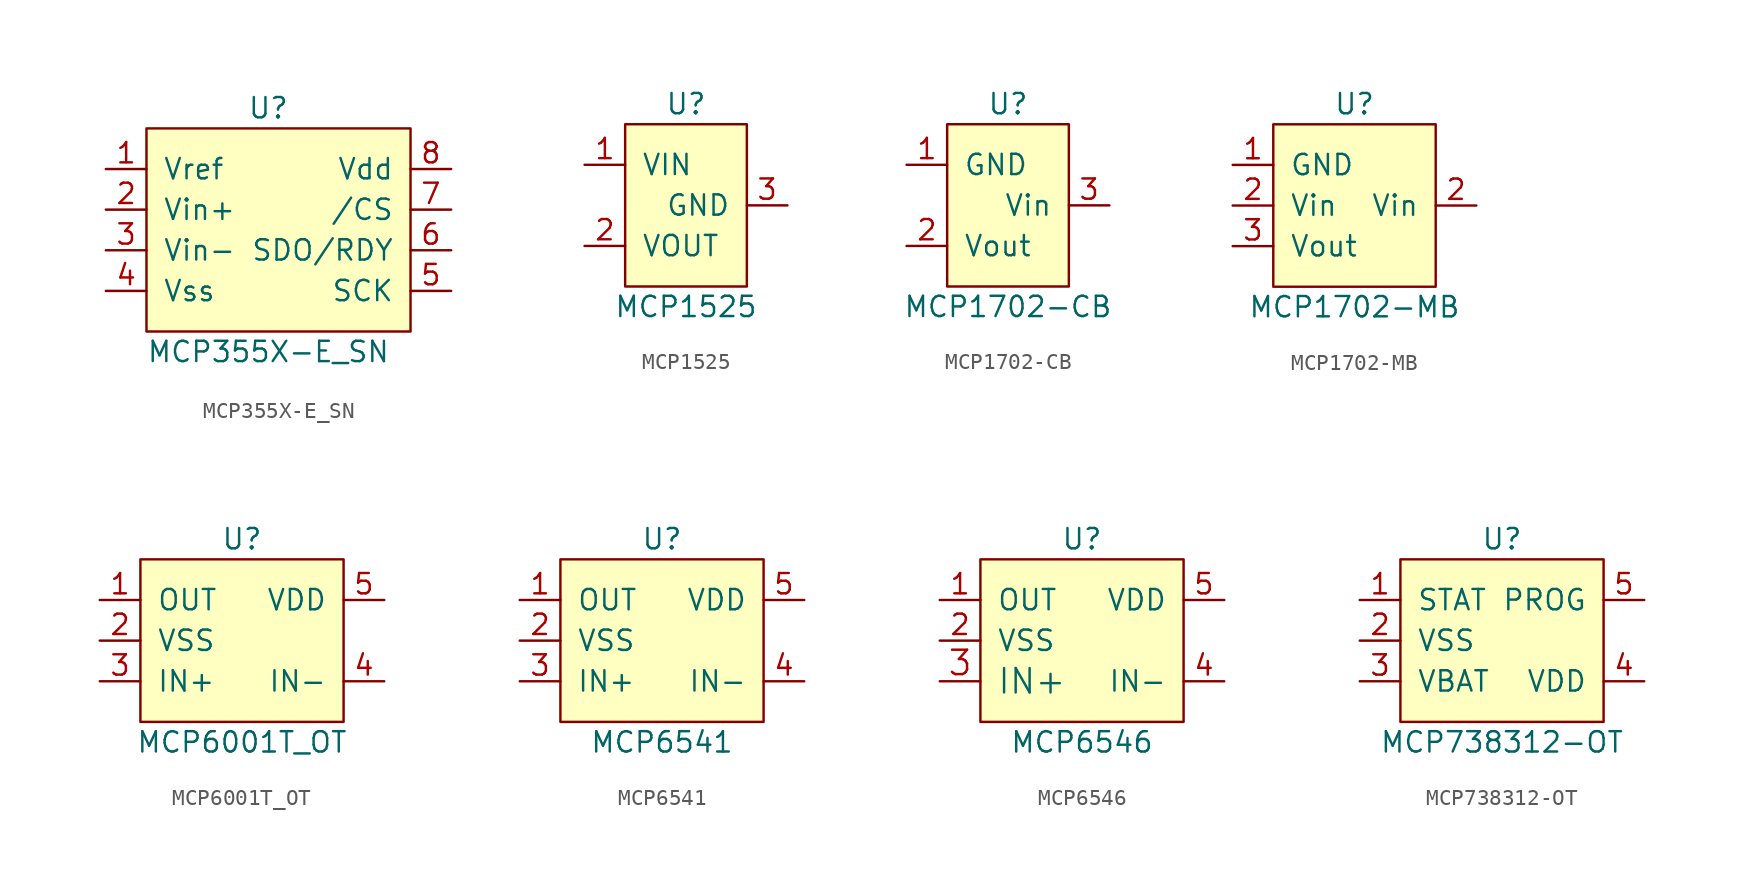
<source format=kicad_sym>
(kicad_symbol_lib
  (version 20220914)
  (generator kicad_symbol_editor)
  (symbol "MCP355X-E_SN"
    (pin_names
      (offset 1.016))
    (property "Reference" "U"
      (at 0 6.35 0)
      (effects (font (size 1.27 1.27))))
    (property "Value" "MCP355X-E_SN"
      (at 0 -8.89 0)
      (effects (font (size 1.27 1.27))))
    (symbol "MCP355X-E_SN_0_1"
      (rectangle (start -7.62 5.08) (end 8.89 -7.62) (stroke (width 0) (type default)) (fill (type background))))
    (symbol "MCP355X-E_SN_1_1"
      (pin input line (at -10.16 2.54 0) (length 2.54) (name "Vref" (effects (font (size 1.27 1.27)))) (number "1" (effects (font (size 1.27 1.27)))))
      (pin input line (at -10.16 0 0) (length 2.54) (name "Vin+" (effects (font (size 1.27 1.27)))) (number "2" (effects (font (size 1.27 1.27)))))
      (pin input line (at -10.16 -2.54 0) (length 2.54) (name "Vin-" (effects (font (size 1.27 1.27)))) (number "3" (effects (font (size 1.27 1.27)))))
      (pin power_in line (at -10.16 -5.08 0) (length 2.54) (name "Vss" (effects (font (size 1.27 1.27)))) (number "4" (effects (font (size 1.27 1.27)))))
      (pin input line (at 11.43 -5.08 180) (length 2.54) (name "SCK" (effects (font (size 1.27 1.27)))) (number "5" (effects (font (size 1.27 1.27)))))
      (pin output line (at 11.43 -2.54 180) (length 2.54) (name "SDO/RDY" (effects (font (size 1.27 1.27)))) (number "6" (effects (font (size 1.27 1.27)))))
      (pin input line (at 11.43 0 180) (length 2.54) (name "/CS" (effects (font (size 1.27 1.27)))) (number "7" (effects (font (size 1.27 1.27)))))
      (pin power_in line (at 11.43 2.54 180) (length 2.54) (name "Vdd" (effects (font (size 1.27 1.27)))) (number "8" (effects (font (size 1.27 1.27)))))))
  (symbol "MCP1525"
    (pin_names
      (offset 1.016))
    (property "Reference" "U"
      (at 0 6.35 0)
      (effects (font (size 1.27 1.27))))
    (property "Value" "MCP1525"
      (at 0 -6.35 0)
      (effects (font (size 1.27 1.27))))
    (symbol "MCP1525_0_1"
      (rectangle (start -3.81 5.08) (end 3.81 -5.08) (stroke (width 0) (type default)) (fill (type background))))
    (symbol "MCP1525_1_1"
      (pin power_in line (at -6.35 2.54 0) (length 2.54) (name "VIN" (effects (font (size 1.27 1.27)))) (number "1" (effects (font (size 1.27 1.27)))))
      (pin power_out line (at -6.35 -2.54 0) (length 2.54) (name "VOUT" (effects (font (size 1.27 1.27)))) (number "2" (effects (font (size 1.27 1.27)))))
      (pin power_in line (at 6.35 0 180) (length 2.54) (name "GND" (effects (font (size 1.27 1.27)))) (number "3" (effects (font (size 1.27 1.27)))))))
  (symbol "MCP1702-CB"
    (pin_names
      (offset 1.016))
    (property "Reference" "U"
      (at 0 6.35 0)
      (effects (font (size 1.27 1.27))))
    (property "Value" "MCP1702-CB"
      (at 0 -6.35 0)
      (effects (font (size 1.27 1.27))))
    (symbol "MCP1702-CB_0_1"
      (rectangle (start -3.81 5.08) (end 3.81 -5.08) (stroke (width 0) (type default)) (fill (type background))))
    (symbol "MCP1702-CB_1_1"
      (pin power_in line (at -6.35 2.54 0) (length 2.54) (name "GND" (effects (font (size 1.27 1.27)))) (number "1" (effects (font (size 1.27 1.27)))))
      (pin power_out line (at -6.35 -2.54 0) (length 2.54) (name "Vout" (effects (font (size 1.27 1.27)))) (number "2" (effects (font (size 1.27 1.27)))))
      (pin power_in line (at 6.35 0 180) (length 2.54) (name "Vin" (effects (font (size 1.27 1.27)))) (number "3" (effects (font (size 1.27 1.27)))))))
  (symbol "MCP1702-MB"
    (pin_names
      (offset 1.016))
    (property "Reference" "U"
      (at 0 6.35 0)
      (effects (font (size 1.27 1.27))))
    (property "Value" "MCP1702-MB"
      (at 0 -6.35 0)
      (effects (font (size 1.27 1.27))))
    (symbol "MCP1702-MB_0_1"
      (rectangle (start -5.08 5.08) (end 5.08 -5.08) (stroke (width 0) (type default)) (fill (type background))))
    (symbol "MCP1702-MB_1_1"
      (pin power_in line (at -7.62 2.54 0) (length 2.54) (name "GND" (effects (font (size 1.27 1.27)))) (number "1" (effects (font (size 1.27 1.27)))))
      (pin power_in line (at -7.62 0 0) (length 2.54) (name "Vin" (effects (font (size 1.27 1.27)))) (number "2" (effects (font (size 1.27 1.27)))))
      (pin power_in line (at 7.62 0 180) (length 2.54) (name "Vin" (effects (font (size 1.27 1.27)))) (number "2" (effects (font (size 1.27 1.27)))))
      (pin power_out line (at -7.62 -2.54 0) (length 2.54) (name "Vout" (effects (font (size 1.27 1.27)))) (number "3" (effects (font (size 1.27 1.27)))))))
  (symbol "MCP6001T_OT"
    (pin_names
      (offset 1.016))
    (property "Reference" "U"
      (at 0 6.35 0)
      (effects (font (size 1.27 1.27))))
    (property "Value" "MCP6001T_OT"
      (at 0 -6.35 0)
      (effects (font (size 1.27 1.27))))
    (symbol "MCP6001T_OT_0_1"
      (rectangle (start -6.35 5.08) (end 6.35 -5.08) (stroke (width 0) (type default)) (fill (type background))))
    (symbol "MCP6001T_OT_1_1"
      (pin output line (at -8.89 2.54 0) (length 2.54) (name "OUT" (effects (font (size 1.27 1.27)))) (number "1" (effects (font (size 1.27 1.27)))))
      (pin power_in line (at -8.89 0 0) (length 2.54) (name "VSS" (effects (font (size 1.27 1.27)))) (number "2" (effects (font (size 1.27 1.27)))))
      (pin input line (at -8.89 -2.54 0) (length 2.54) (name "IN+" (effects (font (size 1.27 1.27)))) (number "3" (effects (font (size 1.27 1.27)))))
      (pin input line (at 8.89 -2.54 180) (length 2.54) (name "IN-" (effects (font (size 1.27 1.27)))) (number "4" (effects (font (size 1.27 1.27)))))
      (pin power_in line (at 8.89 2.54 180) (length 2.54) (name "VDD" (effects (font (size 1.27 1.27)))) (number "5" (effects (font (size 1.27 1.27)))))))
  (symbol "MCP6541"
    (pin_names
      (offset 1.016))
    (property "Reference" "U"
      (at 0 6.35 0)
      (effects (font (size 1.27 1.27))))
    (property "Value" "MCP6541"
      (at 0 -6.35 0)
      (effects (font (size 1.27 1.27))))
    (symbol "MCP6541_0_1"
      (rectangle (start -6.35 5.08) (end 6.35 -5.08) (stroke (width 0) (type default)) (fill (type background))))
    (symbol "MCP6541_1_1"
      (pin output line (at -8.89 2.54 0) (length 2.54) (name "OUT" (effects (font (size 1.27 1.27)))) (number "1" (effects (font (size 1.27 1.27)))))
      (pin power_in line (at -8.89 0 0) (length 2.54) (name "VSS" (effects (font (size 1.27 1.27)))) (number "2" (effects (font (size 1.27 1.27)))))
      (pin input line (at -8.89 -2.54 0) (length 2.54) (name "IN+" (effects (font (size 1.27 1.27)))) (number "3" (effects (font (size 1.27 1.27)))))
      (pin input line (at 8.89 -2.54 180) (length 2.54) (name "IN-" (effects (font (size 1.27 1.27)))) (number "4" (effects (font (size 1.27 1.27)))))
      (pin power_in line (at 8.89 2.54 180) (length 2.54) (name "VDD" (effects (font (size 1.27 1.27)))) (number "5" (effects (font (size 1.27 1.27)))))))
  (symbol "MCP6546"
    (pin_names
      (offset 1.016))
    (property "Reference" "U"
      (at 0 6.35 0)
      (effects (font (size 1.27 1.27))))
    (property "Value" "MCP6546"
      (at 0 -6.35 0)
      (effects (font (size 1.27 1.27))))
    (symbol "MCP6546_0_1"
      (rectangle (start -6.35 5.08) (end 6.35 -5.08) (stroke (width 0) (type default)) (fill (type background))))
    (symbol "MCP6546_1_1"
      (pin open_collector line (at -8.89 2.54 0) (length 2.54) (name "OUT" (effects (font (size 1.27 1.27)))) (number "1" (effects (font (size 1.27 1.27)))))
      (pin power_in line (at -8.89 0 0) (length 2.54) (name "VSS" (effects (font (size 1.27 1.27)))) (number "2" (effects (font (size 1.27 1.27)))))
      (pin input line (at -8.89 -2.54 0) (length 2.54) (name "IN+" (effects (font (size 1.524 1.524)))) (number "3" (effects (font (size 1.524 1.524)))))
      (pin input line (at 8.89 -2.54 180) (length 2.54) (name "IN-" (effects (font (size 1.27 1.27)))) (number "4" (effects (font (size 1.27 1.27)))))
      (pin power_in line (at 8.89 2.54 180) (length 2.54) (name "VDD" (effects (font (size 1.27 1.27)))) (number "5" (effects (font (size 1.27 1.27)))))))
  (symbol "MCP738312-OT"
    (pin_names
      (offset 1.016))
    (property "Reference" "U"
      (at 0 6.35 0)
      (effects (font (size 1.27 1.27))))
    (property "Value" "MCP738312-OT"
      (at 0 -6.35 0)
      (effects (font (size 1.27 1.27))))
    (symbol "MCP738312-OT_0_1"
      (rectangle (start -6.35 5.08) (end 6.35 -5.08) (stroke (width 0) (type default)) (fill (type background))))
    (symbol "MCP738312-OT_1_1"
      (pin output line (at -8.89 2.54 0) (length 2.54) (name "STAT" (effects (font (size 1.27 1.27)))) (number "1" (effects (font (size 1.27 1.27)))))
      (pin power_in line (at -8.89 0 0) (length 2.54) (name "VSS" (effects (font (size 1.27 1.27)))) (number "2" (effects (font (size 1.27 1.27)))))
      (pin power_out line (at -8.89 -2.54 0) (length 2.54) (name "VBAT" (effects (font (size 1.27 1.27)))) (number "3" (effects (font (size 1.27 1.27)))))
      (pin power_in line (at 8.89 -2.54 180) (length 2.54) (name "VDD" (effects (font (size 1.27 1.27)))) (number "4" (effects (font (size 1.27 1.27)))))
      (pin input line (at 8.89 2.54 180) (length 2.54) (name "PROG" (effects (font (size 1.27 1.27)))) (number "5" (effects (font (size 1.27 1.27))))))))
</source>
